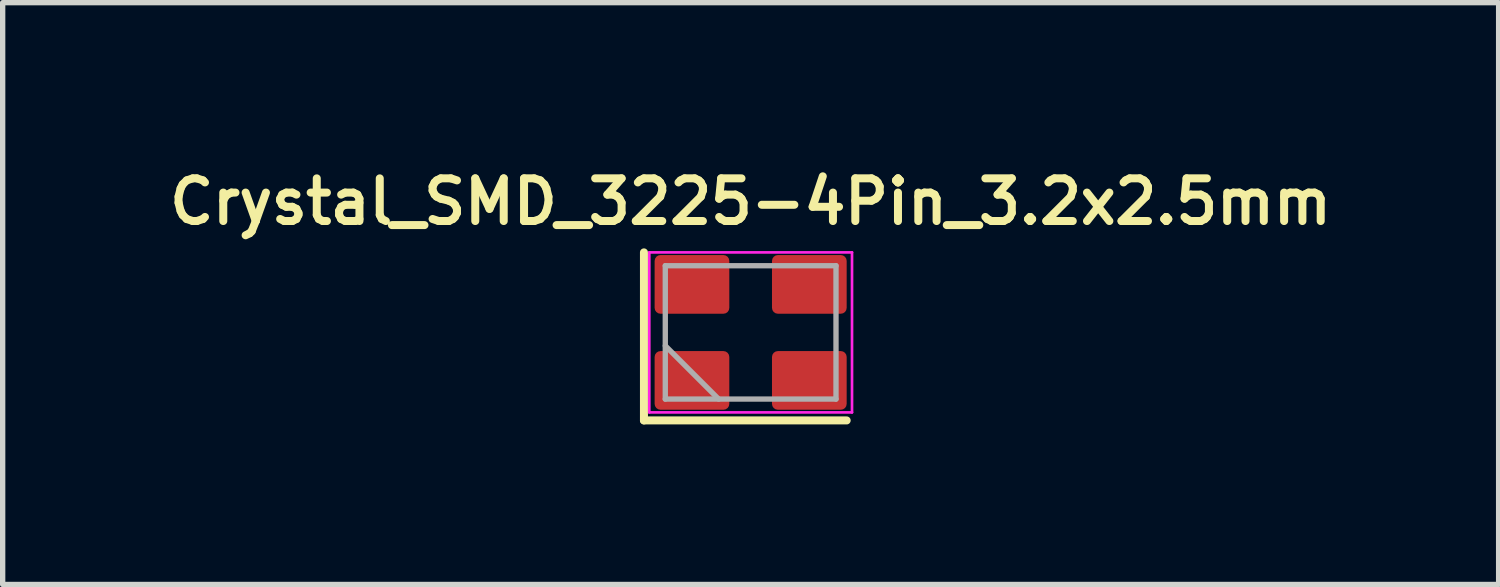
<source format=kicad_pcb>
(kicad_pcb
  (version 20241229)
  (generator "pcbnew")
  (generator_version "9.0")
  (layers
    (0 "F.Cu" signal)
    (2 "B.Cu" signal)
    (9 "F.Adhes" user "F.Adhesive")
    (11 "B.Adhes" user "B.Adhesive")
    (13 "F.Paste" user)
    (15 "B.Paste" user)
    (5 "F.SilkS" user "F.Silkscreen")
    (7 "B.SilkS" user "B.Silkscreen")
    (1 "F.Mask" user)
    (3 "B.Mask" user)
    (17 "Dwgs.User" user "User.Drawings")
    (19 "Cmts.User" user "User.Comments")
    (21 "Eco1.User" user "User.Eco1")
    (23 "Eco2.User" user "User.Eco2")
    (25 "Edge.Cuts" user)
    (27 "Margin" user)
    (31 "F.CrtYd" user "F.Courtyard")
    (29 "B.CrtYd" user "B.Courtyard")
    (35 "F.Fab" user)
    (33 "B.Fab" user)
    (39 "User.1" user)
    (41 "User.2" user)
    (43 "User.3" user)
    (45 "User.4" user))
  (footprint "Crystal_SMD_3225-4Pin_3.2x2.5mm"
    (layer "F.Cu")
    (at 11.021 3.181)
    (property "Reference" "Crystal_SMD_3225-4Pin_3.2x2.5mm" (at 0 -2.45 0) (layer "F.SilkS") (effects (font (size 0.8 0.8) (thickness 0.15))))
    (attr smd)
    (fp_line (start -2 -1.5) (end -2 1.65) (stroke (width 0.15) (type solid)) (layer "F.SilkS"))
    (fp_line (start -2 1.65) (end 1.8 1.65) (stroke (width 0.15) (type solid)) (layer "F.SilkS"))
    (fp_line (start -1.9 -1.5) (end -1.9 1.5) (stroke (width 0.05) (type solid)) (layer "F.CrtYd"))
    (fp_line (start -1.9 1.5) (end 1.9 1.5) (stroke (width 0.05) (type solid)) (layer "F.CrtYd"))
    (fp_line (start 1.9 -1.5) (end -1.9 -1.5) (stroke (width 0.05) (type solid)) (layer "F.CrtYd"))
    (fp_line (start 1.9 1.5) (end 1.9 -1.5) (stroke (width 0.05) (type solid)) (layer "F.CrtYd"))
    (fp_line (start -1.6 -1.25) (end -1.6 1.25) (stroke (width 0.1) (type solid)) (layer "F.Fab"))
    (fp_line (start -1.6 0.25) (end -0.6 1.25) (stroke (width 0.1) (type solid)) (layer "F.Fab"))
    (fp_line (start -1.6 1.25) (end 1.6 1.25) (stroke (width 0.1) (type solid)) (layer "F.Fab"))
    (fp_line (start 1.6 -1.25) (end -1.6 -1.25) (stroke (width 0.1) (type solid)) (layer "F.Fab"))
    (fp_line (start 1.6 1.25) (end 1.6 -1.25) (stroke (width 0.1) (type solid)) (layer "F.Fab"))
    (pad "1" smd roundrect (at -1.1 0.9) (size 1.4 1.1) (layers "F.Cu" "F.Mask" "F.Paste") (roundrect_rratio 0.1))
    (pad "2" smd roundrect (at 1.1 0.9) (size 1.4 1.1) (layers "F.Cu" "F.Mask" "F.Paste") (roundrect_rratio 0.1))
    (pad "3" smd roundrect (at 1.1 -0.9) (size 1.4 1.1) (layers "F.Cu" "F.Mask" "F.Paste") (roundrect_rratio 0.1))
    (pad "4" smd roundrect (at -1.1 -0.9) (size 1.4 1.1) (layers "F.Cu" "F.Mask" "F.Paste") (roundrect_rratio 0.1)))
  (gr_rect
    (start -3 -3)
    (end 25.042 7.906)
    (stroke (width 0.1) (type default))
    (fill no)
    (layer "Edge.Cuts")))
</source>
